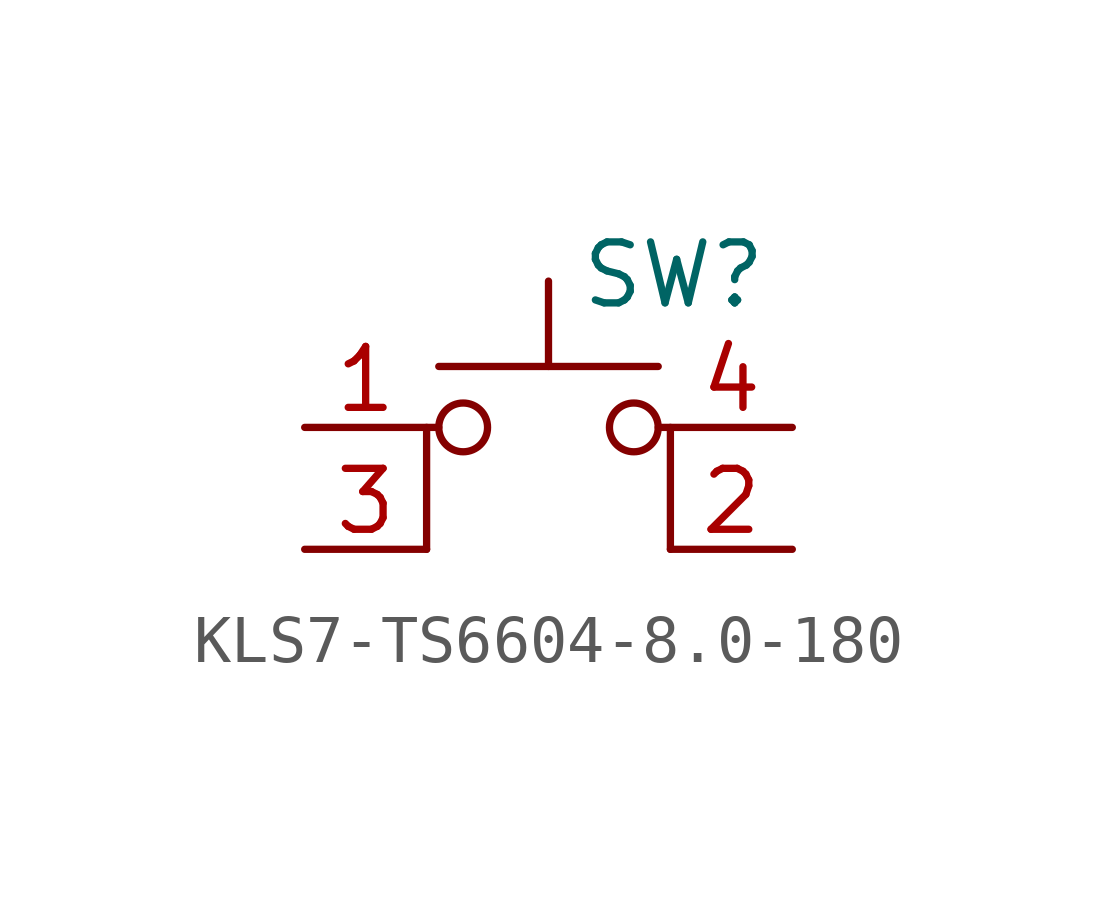
<source format=kicad_sym>
(kicad_symbol_lib
  (version 20211014)
  (generator kicad_symbol_editor)
  (symbol "KLS7-TS6604-8.0-180"
    (pin_names
      (offset 1.016) hide)
    (property "Reference" "SW"
      (at 0.635 5.715 0)
      (effects (font (size 1.27 1.27)) (justify left)))
    (symbol "KLS7-TS6604-8.0-180_0_1"
      (circle (center -1.778 2.54) (radius 0.508) (stroke (width 0) (type default) (color 0 0 0 0)) (fill (type none)))
      (polyline (pts (xy -2.286 3.81) (xy 2.286 3.81)) (stroke (width 0) (type default) (color 0 0 0 0)) (fill (type none)))
      (polyline (pts (xy 0 3.81) (xy 0 5.588)) (stroke (width 0) (type default) (color 0 0 0 0)) (fill (type none)))
      (polyline (pts (xy -2.54 0) (xy -2.54 2.54) (xy -2.286 2.54)) (stroke (width 0) (type default) (color 0 0 0 0)) (fill (type none)))
      (polyline (pts (xy 2.54 0) (xy 2.54 2.54) (xy 2.286 2.54)) (stroke (width 0) (type default) (color 0 0 0 0)) (fill (type none)))
      (circle (center 1.778 2.54) (radius 0.508) (stroke (width 0) (type default) (color 0 0 0 0)) (fill (type none)))
      (pin passive line (at -5.08 2.54 0) (length 2.54) (name "1" (effects (font (size 1.27 1.27)))) (number "1" (effects (font (size 1.27 1.27)))))
      (pin passive line (at 5.08 0 180) (length 2.54) (name "2" (effects (font (size 1.27 1.27)))) (number "2" (effects (font (size 1.27 1.27)))))
      (pin passive line (at -5.08 0 0) (length 2.54) (name "3" (effects (font (size 1.27 1.27)))) (number "3" (effects (font (size 1.27 1.27)))))
      (pin passive line (at 5.08 2.54 180) (length 2.54) (name "A" (effects (font (size 1.27 1.27)))) (number "4" (effects (font (size 1.27 1.27))))))))
</source>
